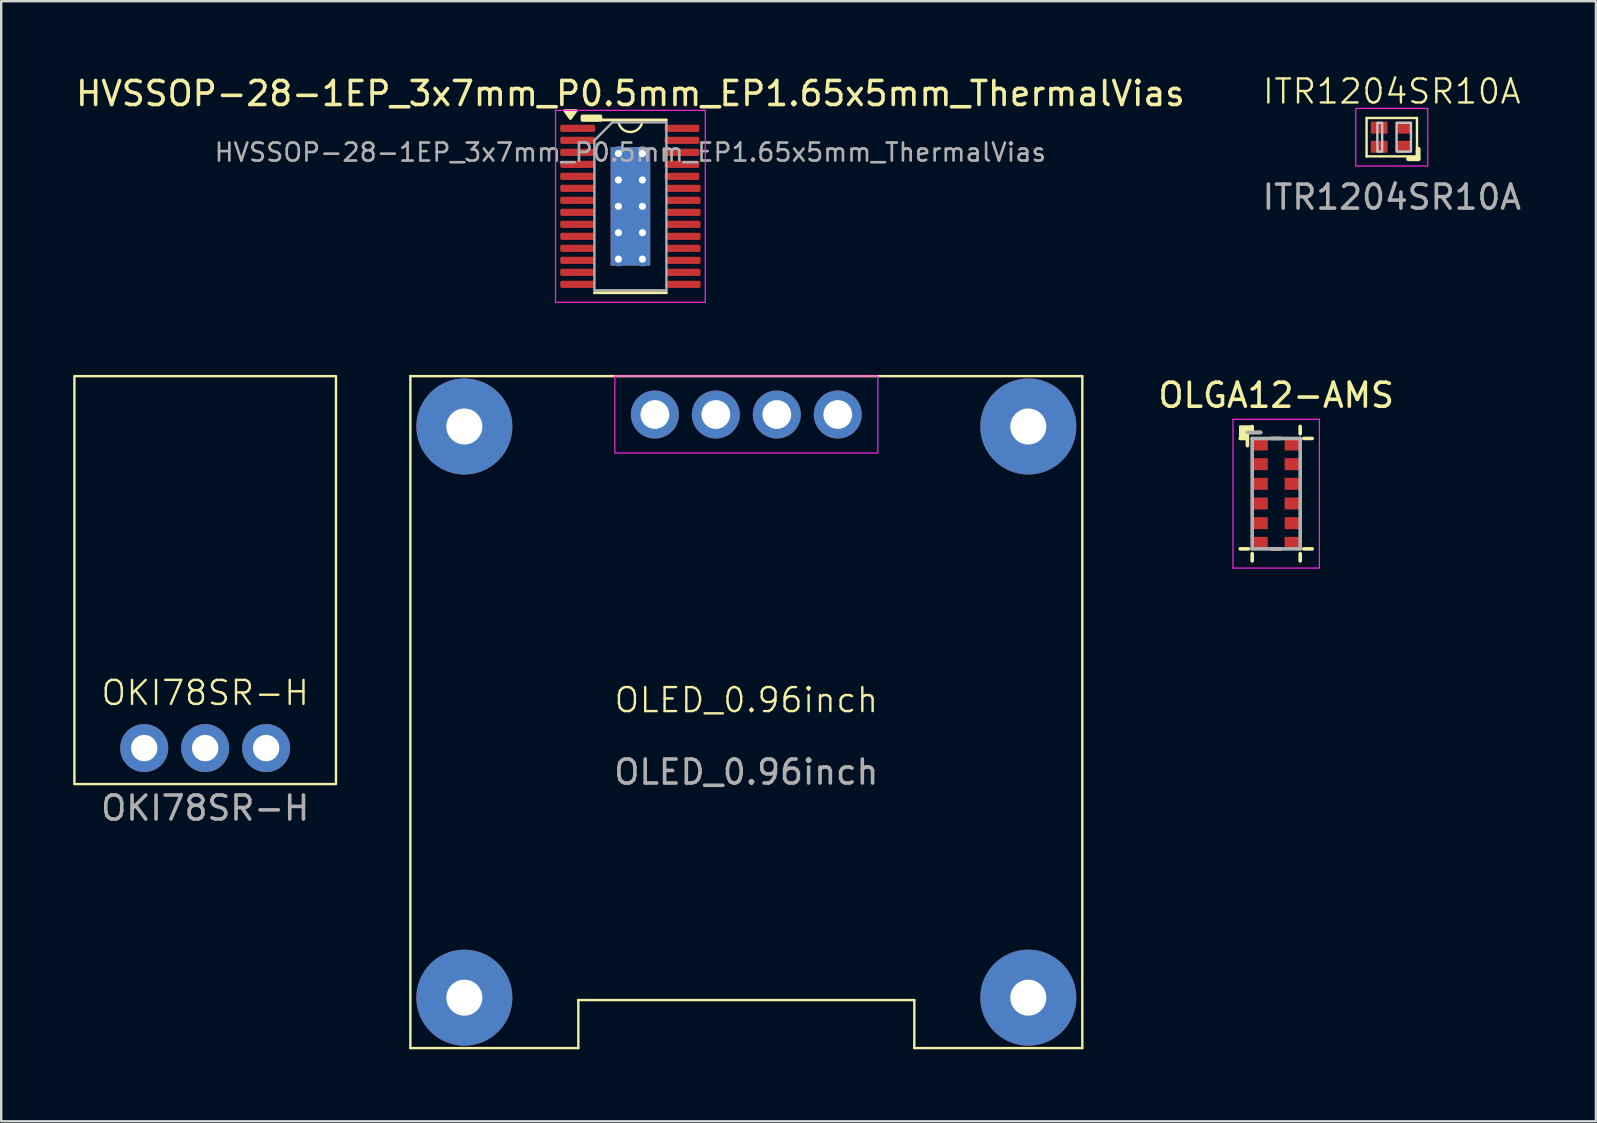
<source format=kicad_pcb>
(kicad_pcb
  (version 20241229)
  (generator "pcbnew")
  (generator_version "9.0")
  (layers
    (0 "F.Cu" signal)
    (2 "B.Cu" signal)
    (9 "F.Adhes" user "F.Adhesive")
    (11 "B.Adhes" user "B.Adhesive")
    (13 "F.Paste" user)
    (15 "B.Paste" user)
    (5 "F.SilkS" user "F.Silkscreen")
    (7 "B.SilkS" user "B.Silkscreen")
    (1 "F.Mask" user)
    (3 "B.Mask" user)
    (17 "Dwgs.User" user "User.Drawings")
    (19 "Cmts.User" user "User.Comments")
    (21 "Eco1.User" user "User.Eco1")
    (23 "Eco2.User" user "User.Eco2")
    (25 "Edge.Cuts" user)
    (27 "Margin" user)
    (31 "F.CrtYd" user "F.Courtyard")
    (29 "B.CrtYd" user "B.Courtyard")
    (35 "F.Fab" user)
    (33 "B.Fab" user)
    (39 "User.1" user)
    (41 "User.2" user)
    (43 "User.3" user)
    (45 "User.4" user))
  (footprint "OKI78SR-H"
    (layer "F.Cu")
    (at 5.5 28.123)
    (property "Reference" "OKI78SR-H" (at 0 -2.3 0) (unlocked yes) (layer "F.SilkS") (effects (font (size 1 1) (thickness 0.1))))
    (attr through_hole)
    (fp_rect (start -5.45 -15.5) (end 5.45 1.5) (stroke (width 0.1) (type default)) (fill no) (layer "F.SilkS"))
    (fp_text user "${REFERENCE}" (at 0 2.5 0) (unlocked yes) (layer "F.Fab") (effects (font (size 1 1) (thickness 0.15))))
    (pad "1" thru_hole circle (at -2.54 0) (size 2 2) (drill 1.1) (layers "*.Cu" "*.Mask"))
    (pad "2" thru_hole circle (at 0 0) (size 2 2) (drill 1.1) (layers "*.Cu" "*.Mask"))
    (pad "3" thru_hole circle (at 2.54 0) (size 2 2) (drill 1.1) (layers "*.Cu" "*.Mask")))
  (footprint "HVSSOP-28-1EP_3x7mm_P0.5mm_EP1.65x5mm_ThermalVias"
    (layer "F.Cu")
    (at 23.22 5.548)
    (property "Reference" "HVSSOP-28-1EP_3x7mm_P0.5mm_EP1.65x5mm_ThermalVias" (at 0 -4.7 0) (layer "F.SilkS") (effects (font (size 1 1) (thickness 0.15))))
    (attr smd)
    (fp_line (start 1.5 -3.6) (end -2 -3.6) (stroke (width 0.12) (type solid)) (layer "F.SilkS"))
    (fp_line (start 1.5 3.6) (end -1.5 3.6) (stroke (width 0.12) (type solid)) (layer "F.SilkS"))
    (fp_rect (start -2 -3.75) (end -1.25 -3.6) (stroke (width 0.15) (type default)) (fill no) (layer "F.SilkS"))
    (fp_arc (start 0.499999 -3.6) (mid 0 -3.100001) (end -0.505428 -3.6) (stroke (width 0.1) (type default)) (layer "F.SilkS"))
    (fp_poly (pts (xy -2.5 -3.66) (xy -2.74 -3.99) (xy -2.26 -3.99) (xy -2.5 -3.66)) (stroke (width 0.12) (type solid)) (fill yes) (layer "F.SilkS"))
    (fp_line (start -3.12 -4) (end -3.12 4) (stroke (width 0.05) (type solid)) (layer "F.CrtYd"))
    (fp_line (start -3.12 4) (end 3.12 4) (stroke (width 0.05) (type solid)) (layer "F.CrtYd"))
    (fp_line (start 3.12 -4) (end -3.12 -4) (stroke (width 0.05) (type solid)) (layer "F.CrtYd"))
    (fp_line (start 3.12 4) (end 3.12 -4) (stroke (width 0.05) (type solid)) (layer "F.CrtYd"))
    (fp_line (start -1.5 -2.75) (end -0.75 -3.5) (stroke (width 0.1) (type solid)) (layer "F.Fab"))
    (fp_line (start -1.5 3.5) (end -1.5 -2.75) (stroke (width 0.1) (type solid)) (layer "F.Fab"))
    (fp_line (start -0.75 -3.5) (end 1.5 -3.5) (stroke (width 0.1) (type solid)) (layer "F.Fab"))
    (fp_line (start 1.5 -3.5) (end 1.5 3.5) (stroke (width 0.1) (type solid)) (layer "F.Fab"))
    (fp_line (start 1.5 3.5) (end -1.5 3.5) (stroke (width 0.1) (type solid)) (layer "F.Fab"))
    (fp_text user "${REFERENCE}" (at 0 -2.25 0) (layer "F.Fab") (effects (font (size 0.75 0.75) (thickness 0.11))))
    (pad "" smd roundrect (at -0.39 -2.72) (size 0.63 0.76) (layers "F.Paste") (roundrect_rratio 0.25))
    (pad "" smd roundrect (at -0.39 -1.78) (size 0.63 0.76) (layers "F.Paste") (roundrect_rratio 0.25))
    (pad "" smd roundrect (at 0.39 -2.72) (size 0.63 0.76) (layers "F.Paste") (roundrect_rratio 0.25))
    (pad "" smd roundrect (at 0.39 -1.78) (size 0.63 0.76) (layers "F.Paste") (roundrect_rratio 0.25))
    (pad "1" smd roundrect (at -2.2 -3.25) (size 1.45 0.3) (layers "F.Cu" "F.Mask" "F.Paste") (roundrect_rratio 0.25))
    (pad "2" smd roundrect (at -2.2 -2.75) (size 1.45 0.3) (layers "F.Cu" "F.Mask" "F.Paste") (roundrect_rratio 0.25))
    (pad "3" smd roundrect (at -2.2 -2.25) (size 1.45 0.3) (layers "F.Cu" "F.Mask" "F.Paste") (roundrect_rratio 0.25))
    (pad "4" smd roundrect (at -2.2 -1.75) (size 1.45 0.3) (layers "F.Cu" "F.Mask" "F.Paste") (roundrect_rratio 0.25))
    (pad "5" smd roundrect (at -2.2 -1.25) (size 1.45 0.3) (layers "F.Cu" "F.Mask" "F.Paste") (roundrect_rratio 0.25))
    (pad "6" smd roundrect (at -2.2 -0.75) (size 1.45 0.3) (layers "F.Cu" "F.Mask" "F.Paste") (roundrect_rratio 0.25))
    (pad "7" smd roundrect (at -2.2 -0.25) (size 1.45 0.3) (layers "F.Cu" "F.Mask" "F.Paste") (roundrect_rratio 0.25))
    (pad "8" smd roundrect (at -2.2 0.25) (size 1.45 0.3) (layers "F.Cu" "F.Mask" "F.Paste") (roundrect_rratio 0.25))
    (pad "9" smd roundrect (at -2.2 0.75) (size 1.45 0.3) (layers "F.Cu" "F.Mask" "F.Paste") (roundrect_rratio 0.25))
    (pad "10" smd roundrect (at -2.2 1.25) (size 1.45 0.3) (layers "F.Cu" "F.Mask" "F.Paste") (roundrect_rratio 0.25))
    (pad "11" smd roundrect (at -2.2 1.75) (size 1.45 0.3) (layers "F.Cu" "F.Mask" "F.Paste") (roundrect_rratio 0.25))
    (pad "12" smd roundrect (at -2.2 2.25) (size 1.45 0.3) (layers "F.Cu" "F.Mask" "F.Paste") (roundrect_rratio 0.25))
    (pad "13" smd roundrect (at -2.2 2.75) (size 1.45 0.3) (layers "F.Cu" "F.Mask" "F.Paste") (roundrect_rratio 0.25))
    (pad "14" smd roundrect (at -2.2 3.25) (size 1.45 0.3) (layers "F.Cu" "F.Mask" "F.Paste") (roundrect_rratio 0.25))
    (pad "15" smd roundrect (at 2.2 3.25) (size 1.45 0.3) (layers "F.Cu" "F.Mask" "F.Paste") (roundrect_rratio 0.25))
    (pad "16" smd roundrect (at 2.2 2.75) (size 1.45 0.3) (layers "F.Cu" "F.Mask" "F.Paste") (roundrect_rratio 0.25))
    (pad "17" smd roundrect (at 2.2 2.25) (size 1.45 0.3) (layers "F.Cu" "F.Mask" "F.Paste") (roundrect_rratio 0.25))
    (pad "18" smd roundrect (at 2.2 1.75) (size 1.45 0.3) (layers "F.Cu" "F.Mask" "F.Paste") (roundrect_rratio 0.25))
    (pad "19" smd roundrect (at 2.2 1.25) (size 1.45 0.3) (layers "F.Cu" "F.Mask" "F.Paste") (roundrect_rratio 0.25))
    (pad "20" smd roundrect (at 2.2 0.75) (size 1.45 0.3) (layers "F.Cu" "F.Mask" "F.Paste") (roundrect_rratio 0.25))
    (pad "21" smd roundrect (at 2.2 0.25) (size 1.45 0.3) (layers "F.Cu" "F.Mask" "F.Paste") (roundrect_rratio 0.25))
    (pad "22" smd roundrect (at 2.2 -0.25) (size 1.45 0.3) (layers "F.Cu" "F.Mask" "F.Paste") (roundrect_rratio 0.25))
    (pad "23" smd roundrect (at 2.2 -0.75) (size 1.45 0.3) (layers "F.Cu" "F.Mask" "F.Paste") (roundrect_rratio 0.25))
    (pad "24" smd roundrect (at 2.15 -1.25) (size 1.45 0.3) (layers "F.Cu" "F.Mask" "F.Paste") (roundrect_rratio 0.25))
    (pad "25" smd roundrect (at 2.15 -1.75) (size 1.45 0.3) (layers "F.Cu" "F.Mask" "F.Paste") (roundrect_rratio 0.25))
    (pad "26" smd roundrect (at 2.15 -2.25) (size 1.45 0.3) (layers "F.Cu" "F.Mask" "F.Paste") (roundrect_rratio 0.25))
    (pad "27" smd roundrect (at 2.15 -2.75) (size 1.45 0.3) (layers "F.Cu" "F.Mask" "F.Paste") (roundrect_rratio 0.25))
    (pad "28" smd roundrect (at 2.15 -3.25) (size 1.45 0.3) (layers "F.Cu" "F.Mask" "F.Paste") (roundrect_rratio 0.25))
    (pad "TH" thru_hole circle (at -0.5 -2.2) (size 0.6 0.6) (drill 0.3) (property pad_prop_heatsink) (layers "*.Cu"))
    (pad "TH" thru_hole circle (at -0.5 -1.1) (size 0.6 0.6) (drill 0.3) (property pad_prop_heatsink) (layers "*.Cu"))
    (pad "TH" thru_hole circle (at -0.5 0) (size 0.6 0.6) (drill 0.3) (property pad_prop_heatsink) (layers "*.Cu"))
    (pad "TH" thru_hole circle (at -0.5 1.1) (size 0.6 0.6) (drill 0.3) (property pad_prop_heatsink) (layers "*.Cu"))
    (pad "TH" thru_hole circle (at -0.5 2.2) (size 0.6 0.6) (drill 0.3) (property pad_prop_heatsink) (layers "*.Cu"))
    (pad "TH" smd rect (at 0 0) (size 1.65 4.94) (property pad_prop_heatsink) (layers "F.Cu" "F.Mask"))
    (pad "TH" smd rect (at 0 0) (size 1.65 4.94) (property pad_prop_heatsink) (layers "B.Cu"))
    (pad "TH" thru_hole circle (at 0.5 -2.2) (size 0.6 0.6) (drill 0.3) (property pad_prop_heatsink) (layers "*.Cu"))
    (pad "TH" thru_hole circle (at 0.5 -1.1) (size 0.6 0.6) (drill 0.3) (property pad_prop_heatsink) (layers "*.Cu"))
    (pad "TH" thru_hole circle (at 0.5 0) (size 0.6 0.6) (drill 0.3) (property pad_prop_heatsink) (layers "*.Cu"))
    (pad "TH" thru_hole circle (at 0.5 1.1) (size 0.6 0.6) (drill 0.3) (property pad_prop_heatsink) (layers "*.Cu"))
    (pad "TH" thru_hole circle (at 0.5 2.2) (size 0.6 0.6) (drill 0.3) (property pad_prop_heatsink) (layers "*.Cu")))
  (footprint "ITR1204SR10A"
    (layer "F.Cu")
    (at 54.946 2.666)
    (property "Reference" "ITR1204SR10A" (at 0 -1.905 0) (unlocked yes) (layer "F.SilkS") (effects (font (size 1 1) (thickness 0.1))))
    (attr smd)
    (fp_line (start -1.05 -0.8) (end 1.05 -0.8) (stroke (width 0.1) (type default)) (layer "F.SilkS"))
    (fp_line (start -1.05 0.8) (end -1.05 -0.8) (stroke (width 0.1) (type default)) (layer "F.SilkS"))
    (fp_line (start -1.05 0.8) (end 1.05 0.8) (stroke (width 0.1) (type default)) (layer "F.SilkS"))
    (fp_line (start 0.7 0.9) (end 1.1 0.9) (stroke (width 0.2) (type default)) (layer "F.SilkS"))
    (fp_line (start 1.05 0.8) (end 1.05 -0.8) (stroke (width 0.1) (type default)) (layer "F.SilkS"))
    (fp_line (start 1.1 0.9) (end 1.1 0.5) (stroke (width 0.2) (type default)) (layer "F.SilkS"))
    (fp_rect (start -0.6 -0.6) (end -0.4 0.6) (stroke (width 0.1) (type default)) (fill no) (layer "Dwgs.User"))
    (fp_rect (start 0.2 -0.6) (end 0.8 0.6) (stroke (width 0.1) (type default)) (fill no) (layer "Dwgs.User"))
    (fp_rect (start -1.5 -1.2) (end 1.5 1.2) (stroke (width 0.05) (type default)) (fill no) (layer "F.CrtYd"))
    (fp_text user "${REFERENCE}" (at 0 2.5 0) (unlocked yes) (layer "F.Fab") (effects (font (size 1 1) (thickness 0.15))))
    (pad "1" smd roundrect (at 0.5 0.4) (size 0.65 0.5) (layers "F.Cu" "F.Mask" "F.Paste") (roundrect_rratio 0.05) (chamfer_ratio 0.2) (chamfer bottom_right))
    (pad "2" smd roundrect (at 0.5 -0.4) (size 0.65 0.5) (layers "F.Cu" "F.Mask" "F.Paste") (roundrect_rratio 0.05))
    (pad "3" smd roundrect (at -0.525 -0.4) (size 0.7 0.5) (layers "F.Cu" "F.Mask" "F.Paste") (roundrect_rratio 0.05))
    (pad "4" smd roundrect (at -0.525 0.4) (size 0.7 0.5) (layers "F.Cu" "F.Mask" "F.Paste") (roundrect_rratio 0.05)))
  (footprint "OLGA12-AMS"
    (layer "F.Cu")
    (at 50.13 17.521)
    (property "Reference" "OLGA12-AMS" (at 0 -4.1 0) (layer "F.SilkS") (effects (font (size 1 1) (thickness 0.15))))
    (attr smd)
    (fp_line (start -1.5 -2.3) (end -1.2 -2.3) (stroke (width 0.15) (type default)) (layer "F.SilkS"))
    (fp_line (start -1.5 2.3) (end -1.15 2.3) (stroke (width 0.15) (type default)) (layer "F.SilkS"))
    (fp_line (start -1.2 -2) (end -1.2 -2.55) (stroke (width 0.15) (type default)) (layer "F.SilkS"))
    (fp_line (start -1 -2.8) (end -1 -2.55) (stroke (width 0.15) (type default)) (layer "F.SilkS"))
    (fp_line (start -1 2.8) (end -1 2.5) (stroke (width 0.15) (type default)) (layer "F.SilkS"))
    (fp_line (start -0.65 -2.55) (end -1.2 -2.55) (stroke (width 0.15) (type default)) (layer "F.SilkS"))
    (fp_line (start -0.2 2.3) (end 0.2 2.3) (stroke (width 0.15) (type default)) (layer "F.SilkS"))
    (fp_line (start 0.2 -2.3) (end -0.2 -2.3) (stroke (width 0.15) (type default)) (layer "F.SilkS"))
    (fp_line (start 1 -2.8) (end 1 -2.5) (stroke (width 0.15) (type default)) (layer "F.SilkS"))
    (fp_line (start 1 2.8) (end 1 2.5) (stroke (width 0.15) (type default)) (layer "F.SilkS"))
    (fp_line (start 1.5 -2.3) (end 1.15 -2.3) (stroke (width 0.15) (type default)) (layer "F.SilkS"))
    (fp_line (start 1.5 2.3) (end 1.15 2.3) (stroke (width 0.15) (type default)) (layer "F.SilkS"))
    (fp_poly (pts (xy -1.5 -2.3) (xy -1.21 -2.28) (xy -1.2 -2.55) (xy -1 -2.8) (xy -1.502 -2.8) (xy -1.5 -2.79)) (stroke (width 0.1) (type solid)) (fill yes) (layer "F.SilkS"))
    (fp_line (start -1.8 -3.1) (end 1.8 -3.1) (stroke (width 0.05) (type default)) (layer "F.CrtYd"))
    (fp_line (start -1.8 3.1) (end -1.8 -3.1) (stroke (width 0.05) (type default)) (layer "F.CrtYd"))
    (fp_line (start 1.8 -3.1) (end 1.8 3.1) (stroke (width 0.05) (type default)) (layer "F.CrtYd"))
    (fp_line (start 1.8 3.1) (end -1.8 3.1) (stroke (width 0.05) (type default)) (layer "F.CrtYd"))
    (fp_line (start -1 -2.3) (end -1 2.3) (stroke (width 0.15) (type default)) (layer "F.Fab"))
    (fp_line (start -1 2.3) (end 1 2.3) (stroke (width 0.15) (type default)) (layer "F.Fab"))
    (fp_line (start -0.65 -2.55) (end -1.2 -2.55) (stroke (width 0.15) (type default)) (layer "F.Fab"))
    (fp_line (start 1 -2.3) (end -1 -2.3) (stroke (width 0.15) (type default)) (layer "F.Fab"))
    (fp_line (start 1 2.3) (end 1 -2.3) (stroke (width 0.15) (type default)) (layer "F.Fab"))
    (pad "1" smd rect (at -0.675 -2.05 90) (size 0.5 0.65) (layers "F.Cu" "F.Mask" "F.Paste"))
    (pad "2" smd rect (at -0.675 -1.23 90) (size 0.5 0.65) (layers "F.Cu" "F.Mask" "F.Paste"))
    (pad "3" smd rect (at -0.675 -0.41 90) (size 0.5 0.65) (layers "F.Cu" "F.Mask" "F.Paste"))
    (pad "4" smd rect (at -0.675 0.41 90) (size 0.5 0.65) (layers "F.Cu" "F.Mask" "F.Paste"))
    (pad "5" smd rect (at -0.675 1.23 90) (size 0.5 0.65) (layers "F.Cu" "F.Mask" "F.Paste"))
    (pad "6" smd rect (at -0.675 2.05 90) (size 0.5 0.65) (layers "F.Cu" "F.Mask" "F.Paste"))
    (pad "7" smd rect (at 0.675 2.05 90) (size 0.5 0.65) (layers "F.Cu" "F.Mask" "F.Paste"))
    (pad "8" smd rect (at 0.675 1.23 90) (size 0.5 0.65) (layers "F.Cu" "F.Mask" "F.Paste"))
    (pad "9" smd rect (at 0.675 0.41 90) (size 0.5 0.65) (layers "F.Cu" "F.Mask" "F.Paste"))
    (pad "10" smd rect (at 0.675 -0.41 90) (size 0.5 0.65) (layers "F.Cu" "F.Mask" "F.Paste"))
    (pad "11" smd rect (at 0.675 -1.23 90) (size 0.5 0.65) (layers "F.Cu" "F.Mask" "F.Paste"))
    (pad "12" smd rect (at 0.675 -2.05 90) (size 0.5 0.65) (layers "F.Cu" "F.Mask" "F.Paste")))
  (footprint "OLED_0.96inch"
    (layer "F.Cu")
    (at 28.05 26.623)
    (property "Reference" "OLED_0.96inch" (at 0 -0.5 0) (unlocked yes) (layer "F.SilkS") (effects (font (size 1 1) (thickness 0.1))))
    (attr through_hole)
    (fp_line (start -14 -14) (end 14 -14) (stroke (width 0.1) (type default)) (layer "F.SilkS"))
    (fp_line (start -14 14) (end -14 -14) (stroke (width 0.1) (type default)) (layer "F.SilkS"))
    (fp_line (start -14 14) (end -7 14) (stroke (width 0.1) (type default)) (layer "F.SilkS"))
    (fp_line (start -7 12) (end 7 12) (stroke (width 0.1) (type default)) (layer "F.SilkS"))
    (fp_line (start -7 14) (end -7 12) (stroke (width 0.1) (type default)) (layer "F.SilkS"))
    (fp_line (start 7 12) (end 7 14) (stroke (width 0.1) (type default)) (layer "F.SilkS"))
    (fp_line (start 7 14) (end 14 14) (stroke (width 0.1) (type default)) (layer "F.SilkS"))
    (fp_line (start 14 -14) (end 14 14) (stroke (width 0.1) (type default)) (layer "F.SilkS"))
    (fp_rect (start -5.48 -14.005) (end 5.48 -10.795) (stroke (width 0.05) (type default)) (fill no) (layer "F.CrtYd"))
    (fp_rect (start -10.872 -5.432) (end 10.872 5.432) (stroke (width 0.1) (type solid)) (fill no) (layer "User.1"))
    (fp_text user "${REFERENCE}" (at 0 2.5 0) (unlocked yes) (layer "F.Fab") (effects (font (size 1 1) (thickness 0.15))))
    (pad "1" thru_hole circle (at -3.81 -12.4) (size 2 2) (drill 1.2) (layers "*.Cu" "*.Mask"))
    (pad "2" thru_hole circle (at -1.27 -12.4) (size 2 2) (drill 1.2) (layers "*.Cu" "*.Mask"))
    (pad "3" thru_hole circle (at 1.27 -12.4) (size 2 2) (drill 1.2) (layers "*.Cu" "*.Mask"))
    (pad "4" thru_hole circle (at 3.81 -12.4) (size 2 2) (drill 1.2) (layers "*.Cu" "*.Mask"))
    (pad "NC" thru_hole circle (at -11.75 -11.9 90) (size 4 4) (drill 1.5) (layers "*.Cu" "*.Mask"))
    (pad "NC" thru_hole circle (at -11.75 11.9 270) (size 4 4) (drill 1.5) (layers "*.Cu" "*.Mask"))
    (pad "NC" thru_hole circle (at 11.75 -11.9) (size 4 4) (drill 1.5) (layers "*.Cu" "*.Mask"))
    (pad "NC" thru_hole circle (at 11.75 11.9) (size 4 4) (drill 1.5) (layers "*.Cu" "*.Mask")))
  (gr_rect
    (start -3 -3)
    (end 63.452 43.673)
    (stroke (width 0.1) (type default))
    (fill no)
    (layer "Edge.Cuts")))
</source>
